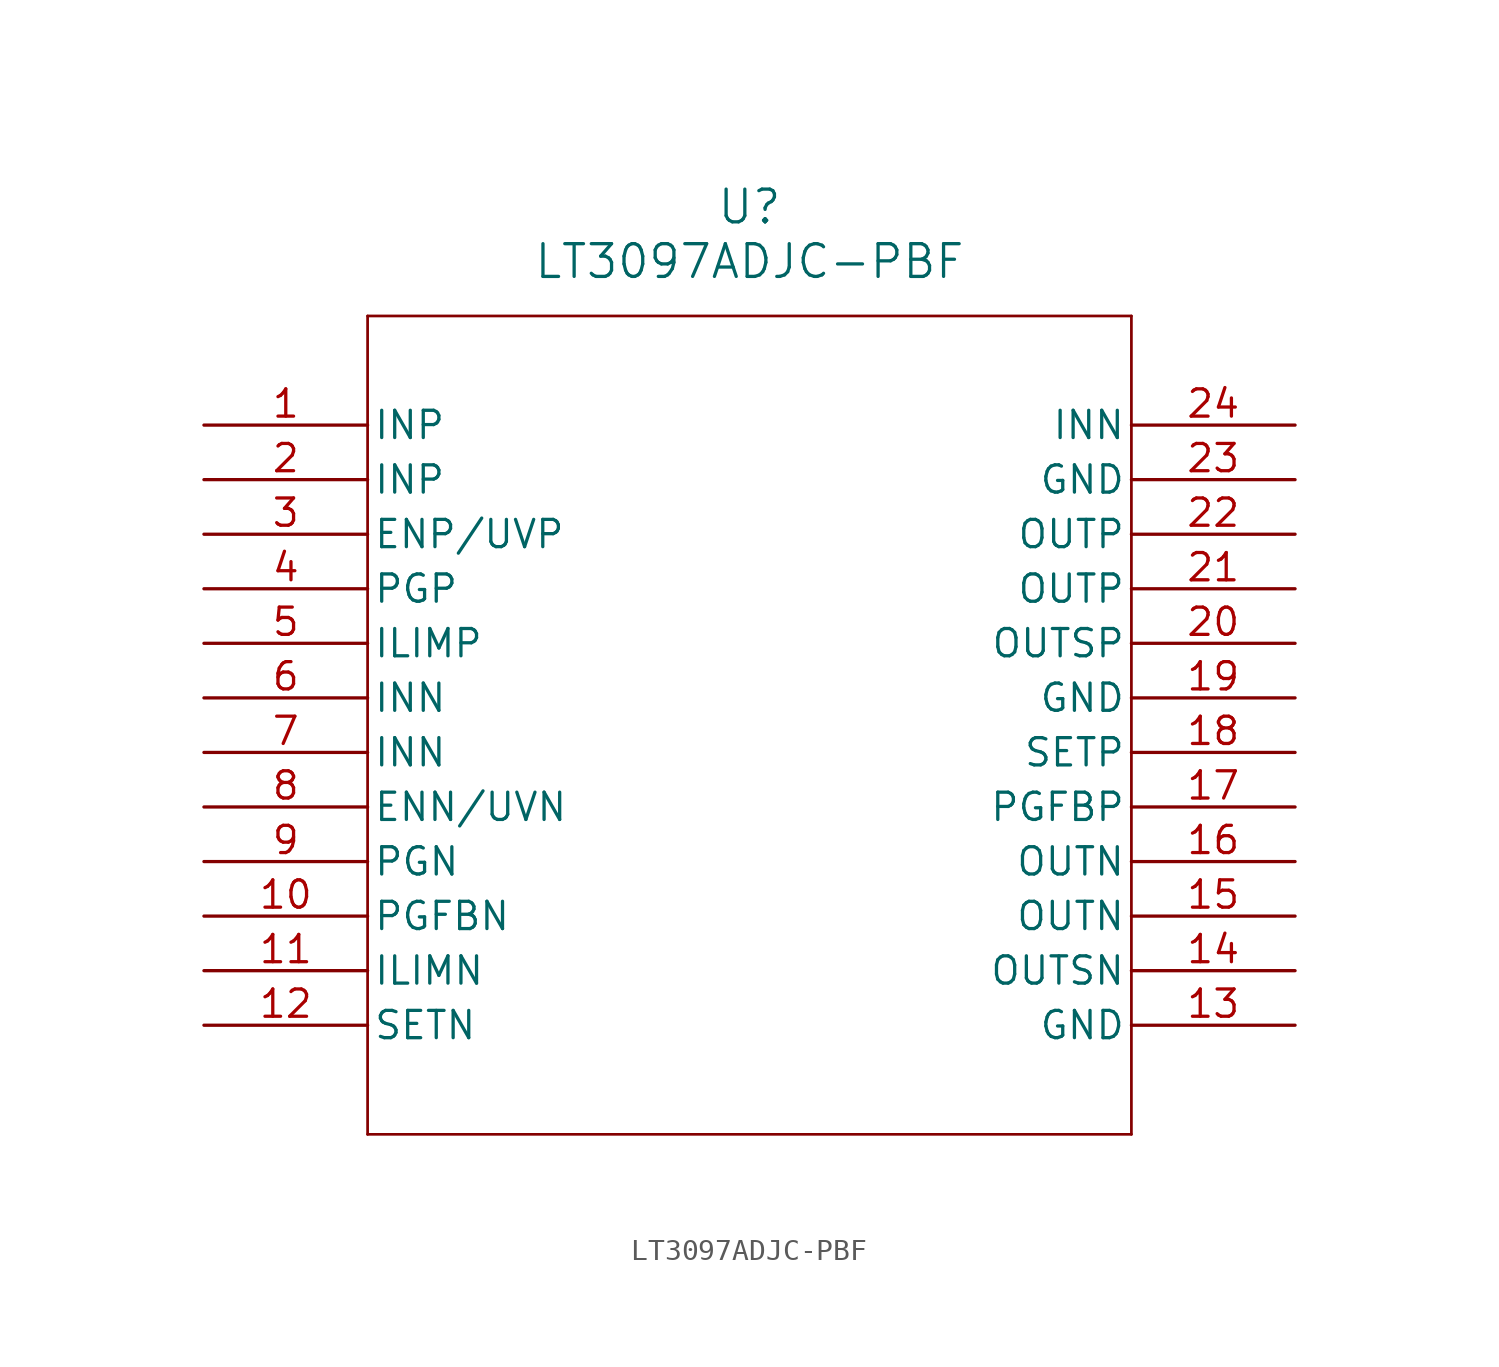
<source format=kicad_sym>
(kicad_symbol_lib
  (version 20211014)
  (generator kicad_symbol_editor)
  (symbol "LT3097ADJC-PBF"
    (pin_names
      (offset 0.254))
    (property "Reference" "U"
      (at 25.4 10.16 0)
      (effects (font (size 1.524 1.524))))
    (property "Value" "LT3097ADJC-PBF"
      (at 25.4 7.62 0)
      (effects (font (size 1.524 1.524))))
    (symbol "LT3097ADJC-PBF_0_1"
      (polyline (pts (xy 7.62 5.08) (xy 7.62 -33.02)) (stroke (width 0.127) (type default) (color 0 0 0 0)) (fill (type none)))
      (polyline (pts (xy 7.62 -33.02) (xy 43.18 -33.02)) (stroke (width 0.127) (type default) (color 0 0 0 0)) (fill (type none)))
      (polyline (pts (xy 43.18 -33.02) (xy 43.18 5.08)) (stroke (width 0.127) (type default) (color 0 0 0 0)) (fill (type none)))
      (polyline (pts (xy 43.18 5.08) (xy 7.62 5.08)) (stroke (width 0.127) (type default) (color 0 0 0 0)) (fill (type none)))
      (pin input line (at 0 0 0) (length 7.62) (name "INP" (effects (font (size 1.27 1.27)))) (number "1" (effects (font (size 1.27 1.27)))))
      (pin input line (at 0 -2.54 0) (length 7.62) (name "INP" (effects (font (size 1.27 1.27)))) (number "2" (effects (font (size 1.27 1.27)))))
      (pin unspecified line (at 0 -5.08 0) (length 7.62) (name "ENP/UVP" (effects (font (size 1.27 1.27)))) (number "3" (effects (font (size 1.27 1.27)))))
      (pin output line (at 0 -7.62 0) (length 7.62) (name "PGP" (effects (font (size 1.27 1.27)))) (number "4" (effects (font (size 1.27 1.27)))))
      (pin unspecified line (at 0 -10.16 0) (length 7.62) (name "ILIMP" (effects (font (size 1.27 1.27)))) (number "5" (effects (font (size 1.27 1.27)))))
      (pin power_in line (at 0 -12.7 0) (length 7.62) (name "INN" (effects (font (size 1.27 1.27)))) (number "6" (effects (font (size 1.27 1.27)))))
      (pin power_in line (at 0 -15.24 0) (length 7.62) (name "INN" (effects (font (size 1.27 1.27)))) (number "7" (effects (font (size 1.27 1.27)))))
      (pin unspecified line (at 0 -17.78 0) (length 7.62) (name "ENN/UVN" (effects (font (size 1.27 1.27)))) (number "8" (effects (font (size 1.27 1.27)))))
      (pin output line (at 0 -20.32 0) (length 7.62) (name "PGN" (effects (font (size 1.27 1.27)))) (number "9" (effects (font (size 1.27 1.27)))))
      (pin unspecified line (at 0 -22.86 0) (length 7.62) (name "PGFBN" (effects (font (size 1.27 1.27)))) (number "10" (effects (font (size 1.27 1.27)))))
      (pin unspecified line (at 0 -25.4 0) (length 7.62) (name "ILIMN" (effects (font (size 1.27 1.27)))) (number "11" (effects (font (size 1.27 1.27)))))
      (pin unspecified line (at 0 -27.94 0) (length 7.62) (name "SETN" (effects (font (size 1.27 1.27)))) (number "12" (effects (font (size 1.27 1.27)))))
      (pin power_out line (at 50.8 -27.94 180) (length 7.62) (name "GND" (effects (font (size 1.27 1.27)))) (number "13" (effects (font (size 1.27 1.27)))))
      (pin input line (at 50.8 -25.4 180) (length 7.62) (name "OUTSN" (effects (font (size 1.27 1.27)))) (number "14" (effects (font (size 1.27 1.27)))))
      (pin output line (at 50.8 -22.86 180) (length 7.62) (name "OUTN" (effects (font (size 1.27 1.27)))) (number "15" (effects (font (size 1.27 1.27)))))
      (pin output line (at 50.8 -20.32 180) (length 7.62) (name "OUTN" (effects (font (size 1.27 1.27)))) (number "16" (effects (font (size 1.27 1.27)))))
      (pin unspecified line (at 50.8 -17.78 180) (length 7.62) (name "PGFBP" (effects (font (size 1.27 1.27)))) (number "17" (effects (font (size 1.27 1.27)))))
      (pin input line (at 50.8 -15.24 180) (length 7.62) (name "SETP" (effects (font (size 1.27 1.27)))) (number "18" (effects (font (size 1.27 1.27)))))
      (pin power_out line (at 50.8 -12.7 180) (length 7.62) (name "GND" (effects (font (size 1.27 1.27)))) (number "19" (effects (font (size 1.27 1.27)))))
      (pin input line (at 50.8 -10.16 180) (length 7.62) (name "OUTSP" (effects (font (size 1.27 1.27)))) (number "20" (effects (font (size 1.27 1.27)))))
      (pin output line (at 50.8 -7.62 180) (length 7.62) (name "OUTP" (effects (font (size 1.27 1.27)))) (number "21" (effects (font (size 1.27 1.27)))))
      (pin output line (at 50.8 -5.08 180) (length 7.62) (name "OUTP" (effects (font (size 1.27 1.27)))) (number "22" (effects (font (size 1.27 1.27)))))
      (pin power_out line (at 50.8 -2.54 180) (length 7.62) (name "GND" (effects (font (size 1.27 1.27)))) (number "23" (effects (font (size 1.27 1.27)))))
      (pin power_in line (at 50.8 0 180) (length 7.62) (name "INN" (effects (font (size 1.27 1.27)))) (number "24" (effects (font (size 1.27 1.27))))))))
</source>
